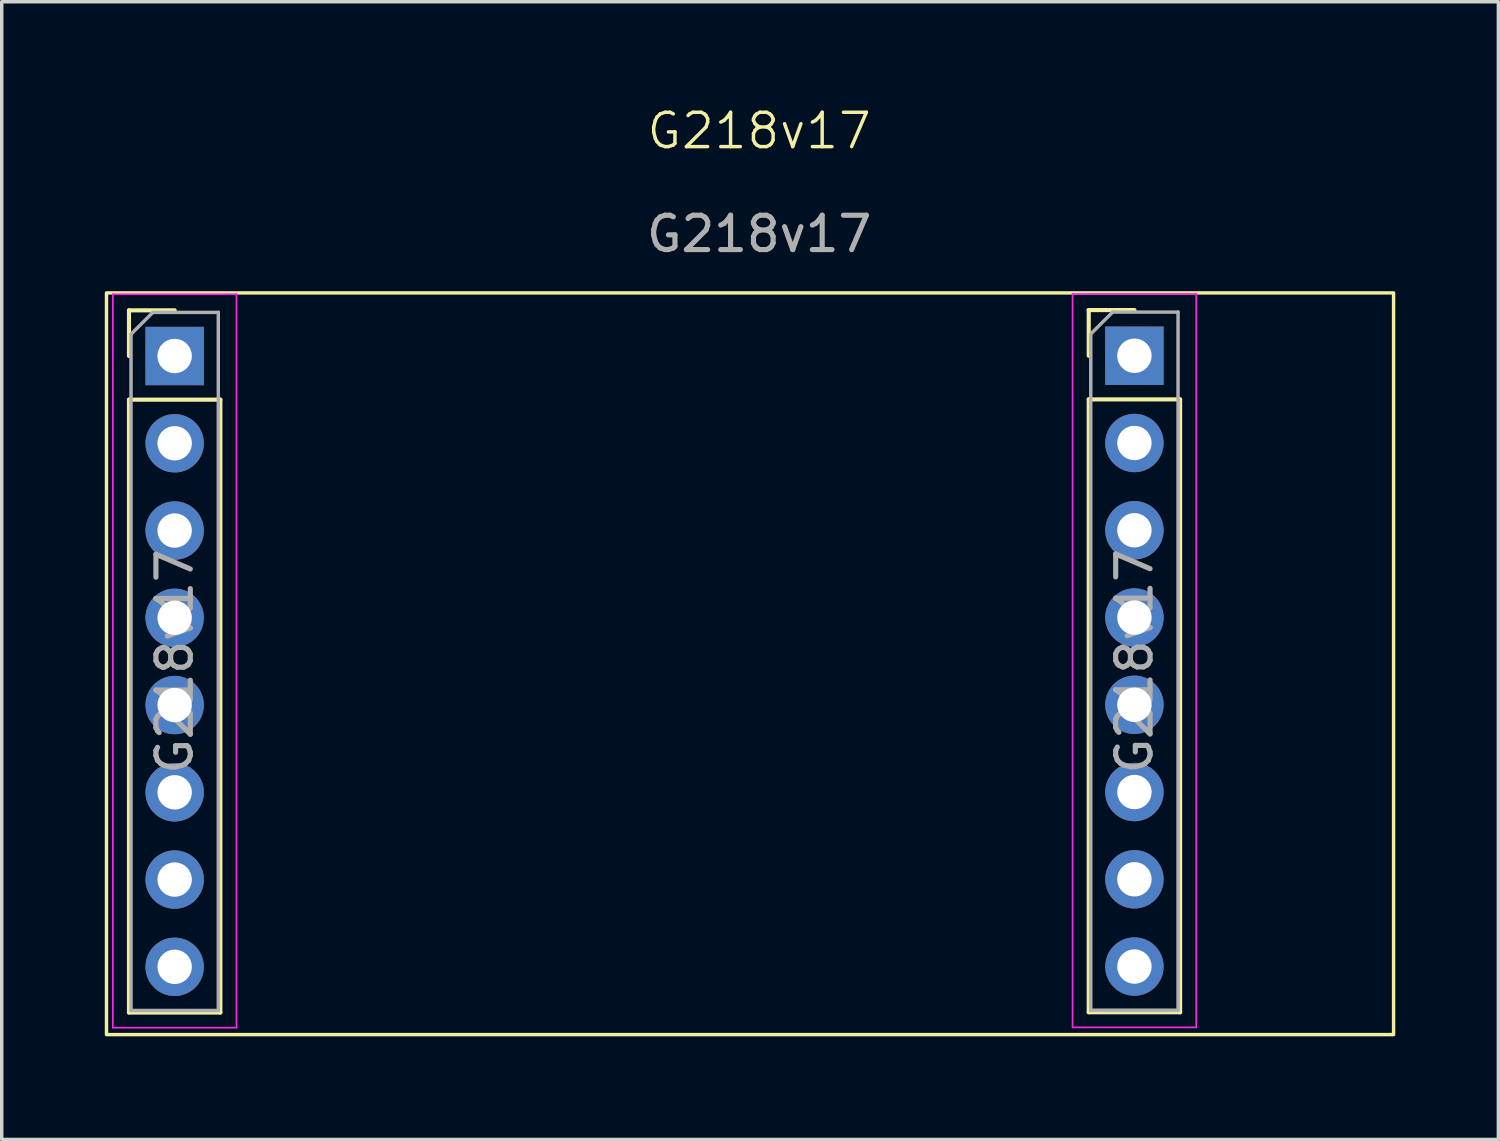
<source format=kicad_pcb>
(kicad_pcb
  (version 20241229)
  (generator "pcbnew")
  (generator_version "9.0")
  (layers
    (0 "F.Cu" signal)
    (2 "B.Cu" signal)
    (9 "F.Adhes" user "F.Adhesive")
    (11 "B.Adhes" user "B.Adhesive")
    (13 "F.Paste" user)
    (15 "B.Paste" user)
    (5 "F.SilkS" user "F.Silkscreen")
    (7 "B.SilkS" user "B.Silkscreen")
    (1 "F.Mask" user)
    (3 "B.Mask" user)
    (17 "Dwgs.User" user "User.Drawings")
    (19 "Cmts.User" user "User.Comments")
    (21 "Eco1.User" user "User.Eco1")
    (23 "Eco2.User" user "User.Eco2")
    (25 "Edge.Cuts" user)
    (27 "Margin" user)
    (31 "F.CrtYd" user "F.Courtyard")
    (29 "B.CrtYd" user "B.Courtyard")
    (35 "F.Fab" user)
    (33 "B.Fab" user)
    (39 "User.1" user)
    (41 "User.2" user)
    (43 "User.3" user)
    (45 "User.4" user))
  (footprint "G218v17"
    (layer "F.Cu")
    (at 19.049 1.26)
    (property "Reference" "G218v17" (at 0 -0.5 0) (unlocked yes) (layer "F.SilkS") (effects (font (size 1 1) (thickness 0.1))))
    (attr through_hole)
    (fp_line (start -18.345 4.723) (end -17.015 4.723) (stroke (width 0.12) (type solid)) (layer "F.SilkS"))
    (fp_line (start -18.345 6.053) (end -18.345 4.723) (stroke (width 0.12) (type solid)) (layer "F.SilkS"))
    (fp_line (start -18.345 7.323) (end -18.345 25.163) (stroke (width 0.12) (type solid)) (layer "F.SilkS"))
    (fp_line (start -18.345 7.323) (end -15.685 7.323) (stroke (width 0.12) (type solid)) (layer "F.SilkS"))
    (fp_line (start -18.345 25.163) (end -15.685 25.163) (stroke (width 0.12) (type solid)) (layer "F.SilkS"))
    (fp_line (start -15.685 7.323) (end -15.685 25.163) (stroke (width 0.12) (type solid)) (layer "F.SilkS"))
    (fp_line (start 9.592 4.715) (end 10.922 4.715) (stroke (width 0.12) (type solid)) (layer "F.SilkS"))
    (fp_line (start 9.592 6.045) (end 9.592 4.715) (stroke (width 0.12) (type solid)) (layer "F.SilkS"))
    (fp_line (start 9.592 7.315) (end 9.592 25.155) (stroke (width 0.12) (type solid)) (layer "F.SilkS"))
    (fp_line (start 9.592 7.315) (end 12.252 7.315) (stroke (width 0.12) (type solid)) (layer "F.SilkS"))
    (fp_line (start 9.592 25.155) (end 12.252 25.155) (stroke (width 0.12) (type solid)) (layer "F.SilkS"))
    (fp_line (start 12.252 7.315) (end 12.252 25.155) (stroke (width 0.12) (type solid)) (layer "F.SilkS"))
    (fp_rect (start -18.999 4.216) (end 18.466 25.806) (stroke (width 0.1) (type default)) (fill no) (layer "F.SilkS"))
    (fp_line (start -18.815 4.253) (end -18.815 25.603) (stroke (width 0.05) (type solid)) (layer "F.CrtYd"))
    (fp_line (start -18.815 25.603) (end -15.215 25.603) (stroke (width 0.05) (type solid)) (layer "F.CrtYd"))
    (fp_line (start -15.215 4.253) (end -18.815 4.253) (stroke (width 0.05) (type solid)) (layer "F.CrtYd"))
    (fp_line (start -15.215 25.603) (end -15.215 4.253) (stroke (width 0.05) (type solid)) (layer "F.CrtYd"))
    (fp_line (start 9.122 4.245) (end 9.122 25.595) (stroke (width 0.05) (type solid)) (layer "F.CrtYd"))
    (fp_line (start 9.122 25.595) (end 12.722 25.595) (stroke (width 0.05) (type solid)) (layer "F.CrtYd"))
    (fp_line (start 12.722 4.245) (end 9.122 4.245) (stroke (width 0.05) (type solid)) (layer "F.CrtYd"))
    (fp_line (start 12.722 25.595) (end 12.722 4.245) (stroke (width 0.05) (type solid)) (layer "F.CrtYd"))
    (fp_line (start -18.285 5.418) (end -17.65 4.783) (stroke (width 0.1) (type solid)) (layer "F.Fab"))
    (fp_line (start -18.285 25.103) (end -18.285 5.418) (stroke (width 0.1) (type solid)) (layer "F.Fab"))
    (fp_line (start -17.65 4.783) (end -15.745 4.783) (stroke (width 0.1) (type solid)) (layer "F.Fab"))
    (fp_line (start -15.745 4.783) (end -15.745 25.103) (stroke (width 0.1) (type solid)) (layer "F.Fab"))
    (fp_line (start -15.745 25.103) (end -18.285 25.103) (stroke (width 0.1) (type solid)) (layer "F.Fab"))
    (fp_line (start 9.652 5.41) (end 10.287 4.775) (stroke (width 0.1) (type solid)) (layer "F.Fab"))
    (fp_line (start 9.652 25.095) (end 9.652 5.41) (stroke (width 0.1) (type solid)) (layer "F.Fab"))
    (fp_line (start 10.287 4.775) (end 12.192 4.775) (stroke (width 0.1) (type solid)) (layer "F.Fab"))
    (fp_line (start 12.192 4.775) (end 12.192 25.095) (stroke (width 0.1) (type solid)) (layer "F.Fab"))
    (fp_line (start 12.192 25.095) (end 9.652 25.095) (stroke (width 0.1) (type solid)) (layer "F.Fab"))
    (fp_text user "${REFERENCE}" (at -17.015 14.943 90) (layer "F.Fab") (effects (font (size 1 1) (thickness 0.15))))
    (fp_text user "${REFERENCE}" (at 10.922 14.935 90) (layer "F.Fab") (effects (font (size 1 1) (thickness 0.15))))
    (fp_text user "${REFERENCE}" (at 0 2.5 0) (unlocked yes) (layer "F.Fab") (effects (font (size 1 1) (thickness 0.15))))
    (pad "0" thru_hole rect (at -17.015 6.053) (size 1.7 1.7) (drill 1) (layers "*.Cu" "*.Mask"))
    (pad "1" thru_hole oval (at -17.015 8.593) (size 1.7 1.7) (drill 1) (layers "*.Cu" "*.Mask"))
    (pad "2" thru_hole oval (at -17.015 11.133) (size 1.7 1.7) (drill 1) (layers "*.Cu" "*.Mask"))
    (pad "3" thru_hole oval (at -17.015 13.673) (size 1.7 1.7) (drill 1) (layers "*.Cu" "*.Mask"))
    (pad "4" thru_hole oval (at -17.015 16.213) (size 1.7 1.7) (drill 1) (layers "*.Cu" "*.Mask"))
    (pad "5" thru_hole oval (at -17.015 18.753) (size 1.7 1.7) (drill 1) (layers "*.Cu" "*.Mask"))
    (pad "5" thru_hole oval (at -17.015 21.293) (size 1.7 1.7) (drill 1) (layers "*.Cu" "*.Mask"))
    (pad "7" thru_hole oval (at -17.015 23.833) (size 1.7 1.7) (drill 1) (layers "*.Cu" "*.Mask"))
    (pad "8" thru_hole rect (at 10.922 6.045) (size 1.7 1.7) (drill 1) (layers "*.Cu" "*.Mask"))
    (pad "9" thru_hole oval (at 10.922 8.585) (size 1.7 1.7) (drill 1) (layers "*.Cu" "*.Mask"))
    (pad "10" thru_hole oval (at 10.922 11.125) (size 1.7 1.7) (drill 1) (layers "*.Cu" "*.Mask"))
    (pad "11" thru_hole oval (at 10.922 13.665) (size 1.7 1.7) (drill 1) (layers "*.Cu" "*.Mask"))
    (pad "12" thru_hole oval (at 10.922 16.205) (size 1.7 1.7) (drill 1) (layers "*.Cu" "*.Mask"))
    (pad "13" thru_hole oval (at 10.922 18.745) (size 1.7 1.7) (drill 1) (layers "*.Cu" "*.Mask"))
    (pad "14" thru_hole oval (at 10.922 21.285) (size 1.7 1.7) (drill 1) (layers "*.Cu" "*.Mask"))
    (pad "15" thru_hole oval (at 10.922 23.825) (size 1.7 1.7) (drill 1) (layers "*.Cu" "*.Mask")))
  (gr_rect
    (start -3 -3)
    (end 40.565 30.117)
    (stroke (width 0.1) (type default))
    (fill no)
    (layer "Edge.Cuts")))
</source>
